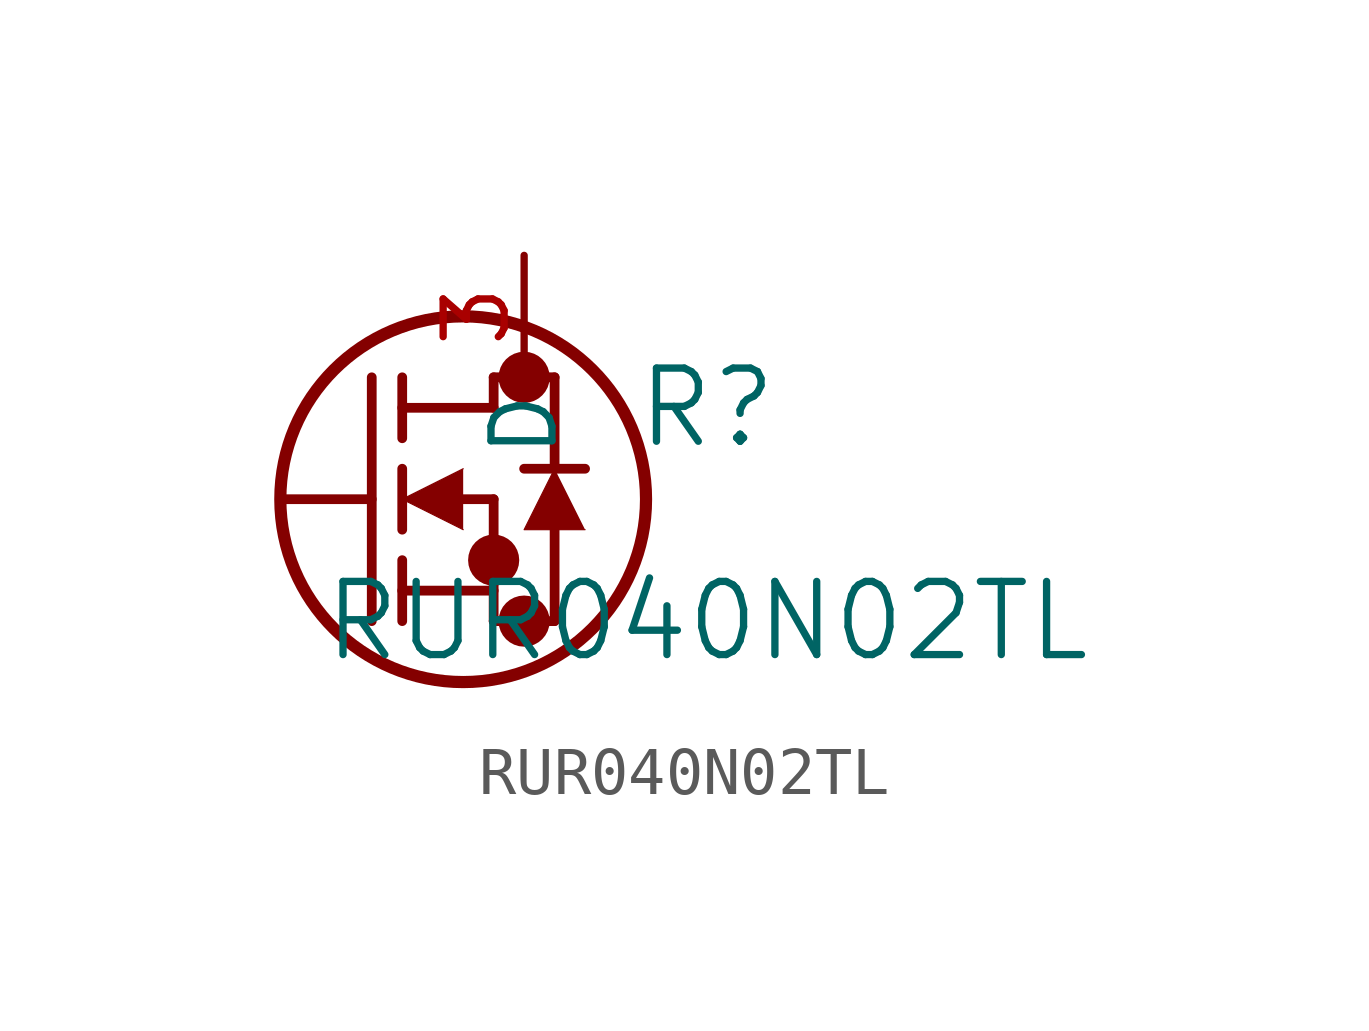
<source format=kicad_sym>
(kicad_symbol_lib
  (version 20211014)
  (generator kicad_symbol_editor)
  (symbol "RUR040N02TL"
    (pin_names
      (offset 0.254))
    (property "Reference" "R"
      (at 11.43 1.905 0)
      (effects (font (size 1.524 1.524))))
    (property "Value" "RUR040N02TL"
      (at 11.43 -2.54 0)
      (effects (font (size 1.524 1.524))))
    (symbol "RUR040N02TL_0_1"
      (circle (center 7.62 2.54) (radius 0.025) (stroke (width 0.508) (type default) (color 0 0 0 0)) (fill (type none)))
      (circle (center 7.62 -2.54) (radius 0.025) (stroke (width 0.508) (type default) (color 0 0 0 0)) (fill (type none)))
      (circle (center 6.985 -1.27) (radius 0.025) (stroke (width 0.508) (type default) (color 0 0 0 0)) (fill (type none)))
      (circle (center 6.35 0) (radius 3.81) (stroke (width 0.254) (type default) (color 0 0 0 0)) (fill (type none)))
      (polyline (pts (xy 2.54 0) (xy 4.445 0)) (stroke (width 0.203) (type default) (color 0 0 0 0)) (fill (type none)))
      (polyline (pts (xy 4.445 -2.54) (xy 4.445 2.54)) (stroke (width 0.203) (type default) (color 0 0 0 0)) (fill (type none)))
      (polyline (pts (xy 5.08 -0.635) (xy 5.08 0.635)) (stroke (width 0.203) (type default) (color 0 0 0 0)) (fill (type none)))
      (polyline (pts (xy 5.08 -2.54) (xy 5.08 -1.27)) (stroke (width 0.203) (type default) (color 0 0 0 0)) (fill (type none)))
      (polyline (pts (xy 5.08 1.27) (xy 5.08 2.54)) (stroke (width 0.203) (type default) (color 0 0 0 0)) (fill (type none)))
      (polyline (pts (xy 6.35 0) (xy 6.985 0)) (stroke (width 0.203) (type default) (color 0 0 0 0)) (fill (type none)))
      (polyline (pts (xy 5.08 -1.905) (xy 6.985 -1.905)) (stroke (width 0.203) (type default) (color 0 0 0 0)) (fill (type none)))
      (polyline (pts (xy 6.985 -2.54) (xy 6.985 0)) (stroke (width 0.203) (type default) (color 0 0 0 0)) (fill (type none)))
      (polyline (pts (xy 6.985 -2.54) (xy 8.255 -2.54)) (stroke (width 0.203) (type default) (color 0 0 0 0)) (fill (type none)))
      (polyline (pts (xy 5.08 1.905) (xy 6.985 1.905)) (stroke (width 0.203) (type default) (color 0 0 0 0)) (fill (type none)))
      (polyline (pts (xy 8.255 0.635) (xy 8.255 2.54)) (stroke (width 0.203) (type default) (color 0 0 0 0)) (fill (type none)))
      (polyline (pts (xy 6.35 0.635) (xy 5.08 0) (xy 6.35 -0.635)) (stroke (width 0.025) (type default) (color 0 0 0 0)) (fill (type outline)))
      (polyline (pts (xy 8.89 -0.635) (xy 7.62 -0.635) (xy 8.255 0.635)) (stroke (width 0.025) (type default) (color 0 0 0 0)) (fill (type outline)))
      (polyline (pts (xy 8.255 -2.54) (xy 8.255 -0.635)) (stroke (width 0.203) (type default) (color 0 0 0 0)) (fill (type none)))
      (polyline (pts (xy 8.89 0.635) (xy 7.62 0.635)) (stroke (width 0.203) (type default) (color 0 0 0 0)) (fill (type none)))
      (polyline (pts (xy 6.985 2.54) (xy 8.255 2.54)) (stroke (width 0.203) (type default) (color 0 0 0 0)) (fill (type none)))
      (polyline (pts (xy 6.985 1.905) (xy 6.985 2.54)) (stroke (width 0.203) (type default) (color 0 0 0 0)) (fill (type none)))
      (pin unspecified line (at 7.62 5.08 270) (length 2.54) (name "D" (effects (font (size 1.27 1.27)))) (number "3" (effects (font (size 1.27 1.27))))))))
</source>
